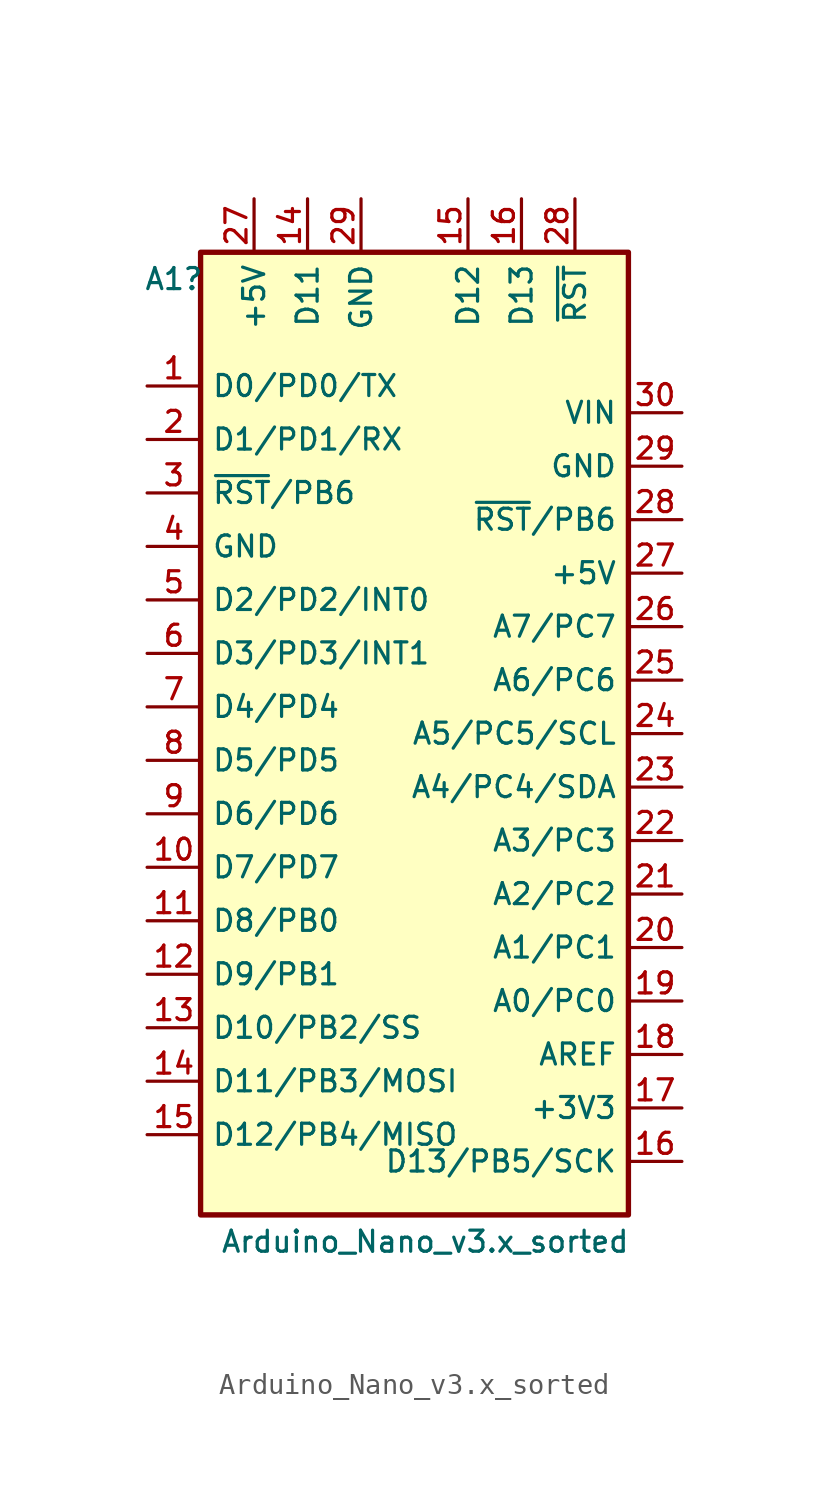
<source format=kicad_sym>
(kicad_symbol_lib
  (version 20231120)
  (generator "kicad_symbol_editor")
  (generator_version "8.0")
  (symbol "Arduino_Nano_v3.x_sorted"
    (property "Reference" "A1"
      (at -11.43 21.59 0)
      (effects (font (size 1 1))))
    (property "Value" "Arduino_Nano_v3.x_sorted"
      (at 0.508 -24.13 0)
      (effects (font (size 1 1))))
    (symbol "Arduino_Nano_v3.x_sorted_0_1"
      (rectangle (start -10.16 22.86) (end 10.16 -22.86) (stroke (width 0.254) (type default)) (fill (type background))))
    (symbol "Arduino_Nano_v3.x_sorted_1_1"
      (pin bidirectional line (at -12.7 16.51 0) (length 2.54) (name "D0/PD0/TX" (effects (font (size 1 1)))) (number "1" (effects (font (size 1 1)))))
      (pin bidirectional line (at -12.7 -6.35 0) (length 2.54) (name "D7/PD7" (effects (font (size 1 1)))) (number "10" (effects (font (size 1 1)))))
      (pin bidirectional line (at -12.7 -8.89 0) (length 2.54) (name "D8/PB0" (effects (font (size 1 1)))) (number "11" (effects (font (size 1 1)))))
      (pin bidirectional line (at -12.7 -11.43 0) (length 2.54) (name "D9/PB1" (effects (font (size 1 1)))) (number "12" (effects (font (size 1 1)))))
      (pin bidirectional line (at -12.7 -13.97 0) (length 2.54) (name "D10/PB2/SS" (effects (font (size 1 1)))) (number "13" (effects (font (size 1 1)))))
      (pin bidirectional line (at -5.08 25.4 270) (length 2.54) (name "D11" (effects (font (size 1 1)))) (number "14" (effects (font (size 1 1)))))
      (pin bidirectional line (at -12.7 -16.51 0) (length 2.54) (name "D11/PB3/MOSI" (effects (font (size 1 1)))) (number "14" (effects (font (size 1 1)))))
      (pin bidirectional line (at 2.54 25.4 270) (length 2.54) (name "D12" (effects (font (size 1 1)))) (number "15" (effects (font (size 1 1)))))
      (pin tri_state line (at -12.7 -19.05 0) (length 2.54) (name "D12/PB4/MISO" (effects (font (size 1 1)))) (number "15" (effects (font (size 1 1)))))
      (pin bidirectional line (at 5.08 25.4 270) (length 2.54) (name "D13" (effects (font (size 1 1)))) (number "16" (effects (font (size 1 1)))))
      (pin bidirectional line (at 12.7 -20.32 180) (length 2.54) (name "D13/PB5/SCK" (effects (font (size 1 1)))) (number "16" (effects (font (size 1 1)))))
      (pin power_out line (at 12.7 -17.78 180) (length 2.54) (name "+3V3" (effects (font (size 1 1)))) (number "17" (effects (font (size 1 1)))))
      (pin input line (at 12.7 -15.24 180) (length 2.54) (name "AREF" (effects (font (size 1 1)))) (number "18" (effects (font (size 1 1)))))
      (pin bidirectional line (at 12.7 -12.7 180) (length 2.54) (name "A0/PC0" (effects (font (size 1 1)))) (number "19" (effects (font (size 1 1)))))
      (pin bidirectional line (at -12.7 13.97 0) (length 2.54) (name "D1/PD1/RX" (effects (font (size 1 1)))) (number "2" (effects (font (size 1 1)))))
      (pin bidirectional line (at 12.7 -10.16 180) (length 2.54) (name "A1/PC1" (effects (font (size 1 1)))) (number "20" (effects (font (size 1 1)))))
      (pin bidirectional line (at 12.7 -7.62 180) (length 2.54) (name "A2/PC2" (effects (font (size 1 1)))) (number "21" (effects (font (size 1 1)))))
      (pin bidirectional line (at 12.7 -5.08 180) (length 2.54) (name "A3/PC3" (effects (font (size 1 1)))) (number "22" (effects (font (size 1 1)))))
      (pin bidirectional line (at 12.7 -2.54 180) (length 2.54) (name "A4/PC4/SDA" (effects (font (size 1 1)))) (number "23" (effects (font (size 1 1)))))
      (pin bidirectional line (at 12.7 0 180) (length 2.54) (name "A5/PC5/SCL" (effects (font (size 1 1)))) (number "24" (effects (font (size 1 1)))))
      (pin bidirectional line (at 12.7 2.54 180) (length 2.54) (name "A6/PC6" (effects (font (size 1 1)))) (number "25" (effects (font (size 1 1)))))
      (pin bidirectional line (at 12.7 5.08 180) (length 2.54) (name "A7/PC7" (effects (font (size 1 1)))) (number "26" (effects (font (size 1 1)))))
      (pin power_out line (at -7.62 25.4 270) (length 2.54) (name "+5V" (effects (font (size 1 1)))) (number "27" (effects (font (size 1 1)))))
      (pin power_out line (at 12.7 7.62 180) (length 2.54) (name "+5V" (effects (font (size 1 1)))) (number "27" (effects (font (size 1 1)))))
      (pin open_collector line (at 7.62 25.4 270) (length 2.54) (name "~{RST}" (effects (font (size 1 1)))) (number "28" (effects (font (size 1 1)))))
      (pin open_collector line (at 12.7 10.16 180) (length 2.54) (name "~{RST}/PB6" (effects (font (size 1 1)))) (number "28" (effects (font (size 1 1)))))
      (pin power_in line (at -2.54 25.4 270) (length 2.54) (name "GND" (effects (font (size 1 1)))) (number "29" (effects (font (size 1 1)))))
      (pin power_in line (at 12.7 12.7 180) (length 2.54) (name "GND" (effects (font (size 1 1)))) (number "29" (effects (font (size 1 1)))))
      (pin open_collector line (at -12.7 11.43 0) (length 2.54) (name "~{RST}/PB6" (effects (font (size 1 1)))) (number "3" (effects (font (size 1 1)))))
      (pin power_in line (at 12.7 15.24 180) (length 2.54) (name "VIN" (effects (font (size 1 1)))) (number "30" (effects (font (size 1 1)))))
      (pin power_in line (at -12.7 8.89 0) (length 2.54) (name "GND" (effects (font (size 1 1)))) (number "4" (effects (font (size 1 1)))))
      (pin bidirectional line (at -12.7 6.35 0) (length 2.54) (name "D2/PD2/INT0" (effects (font (size 1 1)))) (number "5" (effects (font (size 1 1)))))
      (pin bidirectional line (at -12.7 3.81 0) (length 2.54) (name "D3/PD3/INT1" (effects (font (size 1 1)))) (number "6" (effects (font (size 1 1)))))
      (pin bidirectional line (at -12.7 1.27 0) (length 2.54) (name "D4/PD4" (effects (font (size 1 1)))) (number "7" (effects (font (size 1 1)))))
      (pin bidirectional line (at -12.7 -1.27 0) (length 2.54) (name "D5/PD5" (effects (font (size 1 1)))) (number "8" (effects (font (size 1 1)))))
      (pin bidirectional line (at -12.7 -3.81 0) (length 2.54) (name "D6/PD6" (effects (font (size 1 1)))) (number "9" (effects (font (size 1 1))))))))
</source>
